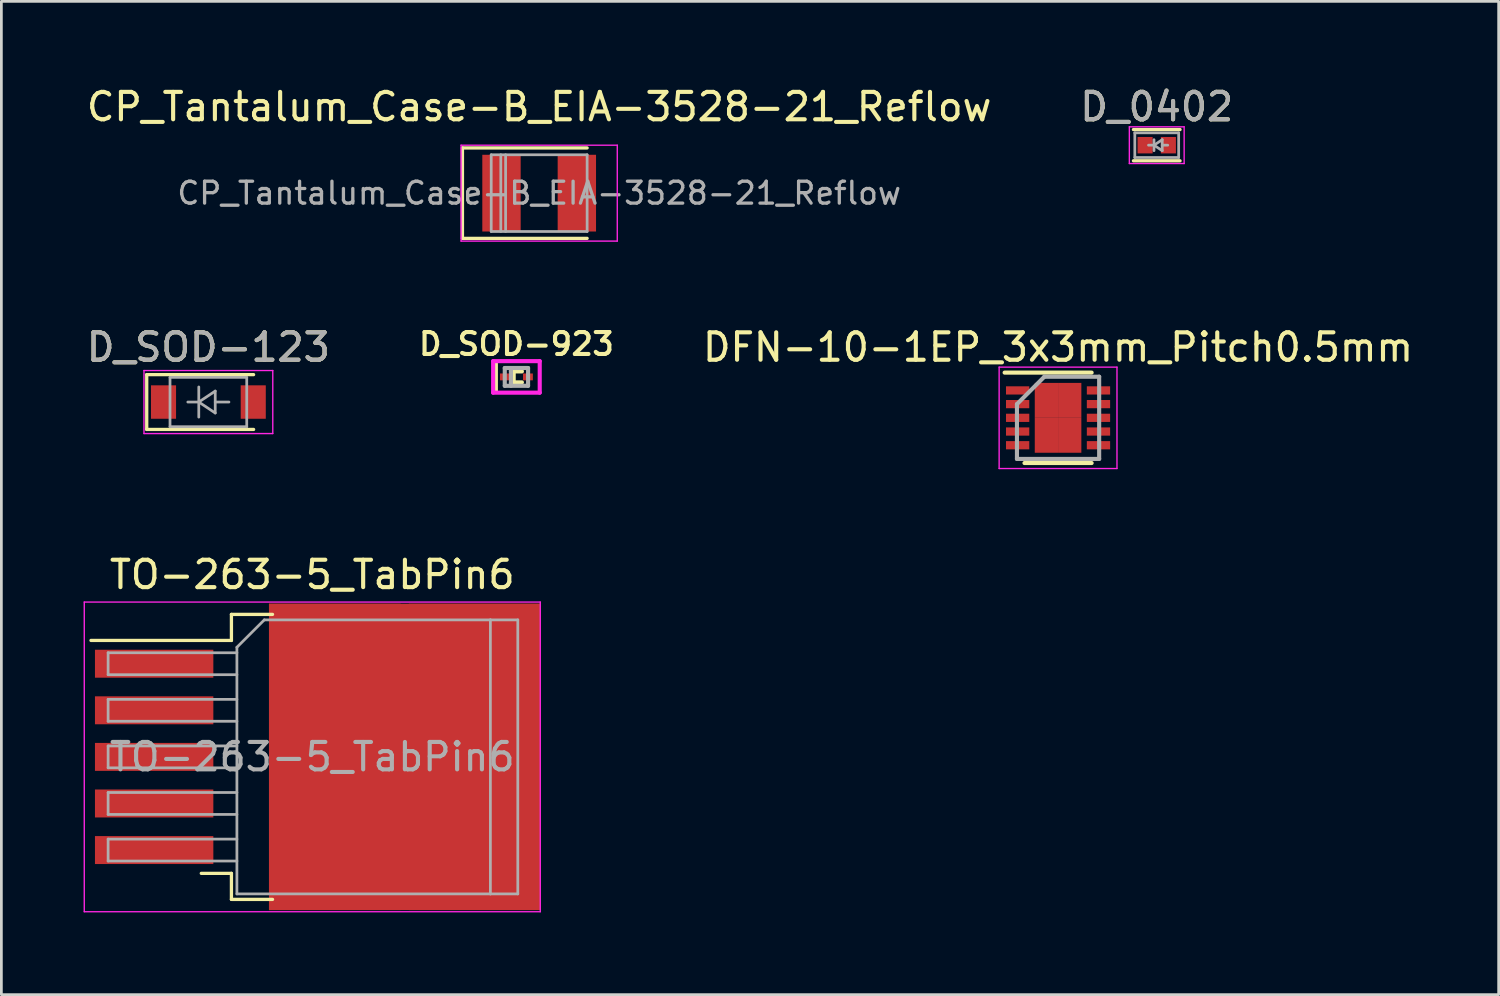
<source format=kicad_pcb>
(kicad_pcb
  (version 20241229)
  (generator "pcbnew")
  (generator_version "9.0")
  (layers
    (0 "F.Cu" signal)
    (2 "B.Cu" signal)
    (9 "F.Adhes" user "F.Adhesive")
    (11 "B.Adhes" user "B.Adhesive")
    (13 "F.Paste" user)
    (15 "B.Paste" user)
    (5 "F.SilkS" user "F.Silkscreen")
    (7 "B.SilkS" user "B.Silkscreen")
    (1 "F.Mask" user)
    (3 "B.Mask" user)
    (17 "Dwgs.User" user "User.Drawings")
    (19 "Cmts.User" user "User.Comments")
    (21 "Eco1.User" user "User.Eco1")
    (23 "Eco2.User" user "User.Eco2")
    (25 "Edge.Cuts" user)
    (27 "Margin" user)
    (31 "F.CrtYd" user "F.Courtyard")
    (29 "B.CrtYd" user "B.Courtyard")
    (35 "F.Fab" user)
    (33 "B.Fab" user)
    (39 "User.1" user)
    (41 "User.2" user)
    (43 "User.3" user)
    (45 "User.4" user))
  (footprint "TO-263-5_TabPin6"
    (layer "F.Cu")
    (at 8.345 24.57)
    (property "Reference" "TO-263-5_TabPin6" (at 0 -6.65 0) (layer "F.SilkS") (effects (font (size 1 1) (thickness 0.15))))
    (attr smd)
    (fp_line (start -2.95 -5.2) (end -2.95 -4.25) (stroke (width 0.12) (type solid)) (layer "F.SilkS"))
    (fp_line (start -2.95 -4.25) (end -8.075 -4.25) (stroke (width 0.12) (type solid)) (layer "F.SilkS"))
    (fp_line (start -2.95 4.25) (end -4.05 4.25) (stroke (width 0.12) (type solid)) (layer "F.SilkS"))
    (fp_line (start -2.95 5.2) (end -2.95 4.25) (stroke (width 0.12) (type solid)) (layer "F.SilkS"))
    (fp_line (start -1.45 -5.2) (end -2.95 -5.2) (stroke (width 0.12) (type solid)) (layer "F.SilkS"))
    (fp_line (start -1.45 5.2) (end -2.95 5.2) (stroke (width 0.12) (type solid)) (layer "F.SilkS"))
    (fp_line (start -8.32 -5.65) (end -8.32 5.65) (stroke (width 0.05) (type solid)) (layer "F.CrtYd"))
    (fp_line (start -8.32 5.65) (end 8.32 5.65) (stroke (width 0.05) (type solid)) (layer "F.CrtYd"))
    (fp_line (start 8.32 -5.65) (end -8.32 -5.65) (stroke (width 0.05) (type solid)) (layer "F.CrtYd"))
    (fp_line (start 8.32 5.65) (end 8.32 -5.65) (stroke (width 0.05) (type solid)) (layer "F.CrtYd"))
    (fp_line (start -7.45 -3.8) (end -7.45 -3) (stroke (width 0.1) (type solid)) (layer "F.Fab"))
    (fp_line (start -7.45 -3) (end -2.75 -3) (stroke (width 0.1) (type solid)) (layer "F.Fab"))
    (fp_line (start -7.45 -2.1) (end -7.45 -1.3) (stroke (width 0.1) (type solid)) (layer "F.Fab"))
    (fp_line (start -7.45 -1.3) (end -2.75 -1.3) (stroke (width 0.1) (type solid)) (layer "F.Fab"))
    (fp_line (start -7.45 -0.4) (end -7.45 0.4) (stroke (width 0.1) (type solid)) (layer "F.Fab"))
    (fp_line (start -7.45 0.4) (end -2.75 0.4) (stroke (width 0.1) (type solid)) (layer "F.Fab"))
    (fp_line (start -7.45 1.3) (end -7.45 2.1) (stroke (width 0.1) (type solid)) (layer "F.Fab"))
    (fp_line (start -7.45 2.1) (end -2.75 2.1) (stroke (width 0.1) (type solid)) (layer "F.Fab"))
    (fp_line (start -7.45 3) (end -7.45 3.8) (stroke (width 0.1) (type solid)) (layer "F.Fab"))
    (fp_line (start -7.45 3.8) (end -2.75 3.8) (stroke (width 0.1) (type solid)) (layer "F.Fab"))
    (fp_line (start -2.75 -4) (end -1.75 -5) (stroke (width 0.1) (type solid)) (layer "F.Fab"))
    (fp_line (start -2.75 -3.8) (end -7.45 -3.8) (stroke (width 0.1) (type solid)) (layer "F.Fab"))
    (fp_line (start -2.75 -2.1) (end -7.45 -2.1) (stroke (width 0.1) (type solid)) (layer "F.Fab"))
    (fp_line (start -2.75 -0.4) (end -7.45 -0.4) (stroke (width 0.1) (type solid)) (layer "F.Fab"))
    (fp_line (start -2.75 1.3) (end -7.45 1.3) (stroke (width 0.1) (type solid)) (layer "F.Fab"))
    (fp_line (start -2.75 3) (end -7.45 3) (stroke (width 0.1) (type solid)) (layer "F.Fab"))
    (fp_line (start -2.75 5) (end -2.75 -4) (stroke (width 0.1) (type solid)) (layer "F.Fab"))
    (fp_line (start -1.75 -5) (end 6.5 -5) (stroke (width 0.1) (type solid)) (layer "F.Fab"))
    (fp_line (start 6.5 -5) (end 6.5 5) (stroke (width 0.1) (type solid)) (layer "F.Fab"))
    (fp_line (start 6.5 -5) (end 7.5 -5) (stroke (width 0.1) (type solid)) (layer "F.Fab"))
    (fp_line (start 6.5 5) (end -2.75 5) (stroke (width 0.1) (type solid)) (layer "F.Fab"))
    (fp_line (start 7.5 -5) (end 7.5 5) (stroke (width 0.1) (type solid)) (layer "F.Fab"))
    (fp_line (start 7.5 5) (end 6.5 5) (stroke (width 0.1) (type solid)) (layer "F.Fab"))
    (fp_text user "${REFERENCE}" (at 0 0 0) (layer "F.Fab") (effects (font (size 1 1) (thickness 0.15))))
    (pad "1" smd rect (at -5.77 -3.4) (size 4.32 1.02) (layers "F.Cu" "F.Mask" "F.Paste"))
    (pad "2" smd rect (at -5.77 -1.7) (size 4.32 1.02) (layers "F.Cu" "F.Mask" "F.Paste"))
    (pad "3" smd rect (at -5.77 0) (size 4.32 1.02) (layers "F.Cu" "F.Mask" "F.Paste"))
    (pad "4" smd rect (at -5.77 1.7) (size 4.32 1.02) (layers "F.Cu" "F.Mask" "F.Paste"))
    (pad "5" smd rect (at -5.77 3.4) (size 4.32 1.02) (layers "F.Cu" "F.Mask" "F.Paste"))
    (pad "6" smd rect (at 0.823 -2.87) (size 4.805 5.44) (layers "F.Cu" "F.Paste"))
    (pad "6" smd rect (at 0.823 2.87) (size 4.805 5.44) (layers "F.Cu" "F.Paste"))
    (pad "6" smd rect (at 3.375 0) (size 9.91 11.18) (layers "F.Cu" "F.Mask"))
    (pad "6" smd rect (at 5.928 -2.87) (size 4.805 5.44) (layers "F.Cu" "F.Paste"))
    (pad "6" smd rect (at 5.928 2.87) (size 4.805 5.44) (layers "F.Cu" "F.Paste")))
  (footprint "CP_Tantalum_Case-B_EIA-3528-21_Reflow"
    (layer "F.Cu")
    (at 16.625 3.998)
    (property "Reference" "CP_Tantalum_Case-B_EIA-3528-21_Reflow" (at 0 -3.15 0) (layer "F.SilkS") (effects (font (size 1 1) (thickness 0.15))))
    (attr smd)
    (fp_line (start -2.8 -1.65) (end -2.8 1.65) (stroke (width 0.12) (type solid)) (layer "F.SilkS"))
    (fp_line (start -2.8 -1.65) (end 1.75 -1.65) (stroke (width 0.12) (type solid)) (layer "F.SilkS"))
    (fp_line (start -2.8 1.65) (end 1.75 1.65) (stroke (width 0.12) (type solid)) (layer "F.SilkS"))
    (fp_line (start -2.85 -1.75) (end -2.85 1.75) (stroke (width 0.05) (type solid)) (layer "F.CrtYd"))
    (fp_line (start -2.85 1.75) (end 2.85 1.75) (stroke (width 0.05) (type solid)) (layer "F.CrtYd"))
    (fp_line (start 2.85 -1.75) (end -2.85 -1.75) (stroke (width 0.05) (type solid)) (layer "F.CrtYd"))
    (fp_line (start 2.85 1.75) (end 2.85 -1.75) (stroke (width 0.05) (type solid)) (layer "F.CrtYd"))
    (fp_line (start -1.75 -1.4) (end -1.75 1.4) (stroke (width 0.1) (type solid)) (layer "F.Fab"))
    (fp_line (start -1.75 1.4) (end 1.75 1.4) (stroke (width 0.1) (type solid)) (layer "F.Fab"))
    (fp_line (start -1.4 -1.4) (end -1.4 1.4) (stroke (width 0.1) (type solid)) (layer "F.Fab"))
    (fp_line (start -1.225 -1.4) (end -1.225 1.4) (stroke (width 0.1) (type solid)) (layer "F.Fab"))
    (fp_line (start 1.75 -1.4) (end -1.75 -1.4) (stroke (width 0.1) (type solid)) (layer "F.Fab"))
    (fp_line (start 1.75 1.4) (end 1.75 -1.4) (stroke (width 0.1) (type solid)) (layer "F.Fab"))
    (fp_text user "${REFERENCE}" (at 0 0 0) (layer "F.Fab") (effects (font (size 0.8 0.8) (thickness 0.12))))
    (pad "1" smd rect (at -1.375 0) (size 1.4 2.8) (layers "F.Cu" "F.Mask" "F.Paste"))
    (pad "2" smd rect (at 1.375 0) (size 1.4 2.8) (layers "F.Cu" "F.Mask" "F.Paste")))
  (footprint "DFN-10-1EP_3x3mm_Pitch0.5mm"
    (layer "F.Cu")
    (at 35.56 12.197)
    (property "Reference" "DFN-10-1EP_3x3mm_Pitch0.5mm" (at 0 -2.575 0) (layer "F.SilkS") (effects (font (size 1 1) (thickness 0.15))))
    (attr smd)
    (fp_line (start -1.95 -1.65) (end 1.225 -1.65) (stroke (width 0.15) (type solid)) (layer "F.SilkS"))
    (fp_line (start -1.225 1.65) (end 1.225 1.65) (stroke (width 0.15) (type solid)) (layer "F.SilkS"))
    (fp_line (start -2.15 -1.85) (end -2.15 1.85) (stroke (width 0.05) (type solid)) (layer "F.CrtYd"))
    (fp_line (start -2.15 -1.85) (end 2.15 -1.85) (stroke (width 0.05) (type solid)) (layer "F.CrtYd"))
    (fp_line (start -2.15 1.85) (end 2.15 1.85) (stroke (width 0.05) (type solid)) (layer "F.CrtYd"))
    (fp_line (start 2.15 -1.85) (end 2.15 1.85) (stroke (width 0.05) (type solid)) (layer "F.CrtYd"))
    (fp_line (start -1.5 -0.5) (end -0.5 -1.5) (stroke (width 0.15) (type solid)) (layer "F.Fab"))
    (fp_line (start -1.5 1.5) (end -1.5 -0.5) (stroke (width 0.15) (type solid)) (layer "F.Fab"))
    (fp_line (start -0.5 -1.5) (end 1.5 -1.5) (stroke (width 0.15) (type solid)) (layer "F.Fab"))
    (fp_line (start 1.5 -1.5) (end 1.5 1.5) (stroke (width 0.15) (type solid)) (layer "F.Fab"))
    (fp_line (start 1.5 1.5) (end -1.5 1.5) (stroke (width 0.15) (type solid)) (layer "F.Fab"))
    (pad "1" smd rect (at -1.475 -1) (size 0.85 0.3) (layers "F.Cu" "F.Mask" "F.Paste"))
    (pad "2" smd rect (at -1.475 -0.5) (size 0.85 0.3) (layers "F.Cu" "F.Mask" "F.Paste"))
    (pad "3" smd rect (at -1.475 0) (size 0.85 0.3) (layers "F.Cu" "F.Mask" "F.Paste"))
    (pad "4" smd rect (at -1.475 0.5) (size 0.85 0.3) (layers "F.Cu" "F.Mask" "F.Paste"))
    (pad "5" smd rect (at -1.475 1) (size 0.85 0.3) (layers "F.Cu" "F.Mask" "F.Paste"))
    (pad "6" smd rect (at 1.475 1) (size 0.85 0.3) (layers "F.Cu" "F.Mask" "F.Paste"))
    (pad "7" smd rect (at 1.475 0.5) (size 0.85 0.3) (layers "F.Cu" "F.Mask" "F.Paste"))
    (pad "8" smd rect (at 1.475 0) (size 0.85 0.3) (layers "F.Cu" "F.Mask" "F.Paste"))
    (pad "9" smd rect (at 1.475 -0.5) (size 0.85 0.3) (layers "F.Cu" "F.Mask" "F.Paste"))
    (pad "10" smd rect (at 1.475 -1) (size 0.85 0.3) (layers "F.Cu" "F.Mask" "F.Paste"))
    (pad "11" smd rect (at -0.425 -0.637) (size 0.85 1.275) (layers "F.Cu" "F.Mask" "F.Paste"))
    (pad "11" smd rect (at -0.425 0.637) (size 0.85 1.275) (layers "F.Cu" "F.Mask" "F.Paste"))
    (pad "11" smd rect (at 0.425 -0.637) (size 0.85 1.275) (layers "F.Cu" "F.Mask" "F.Paste"))
    (pad "11" smd rect (at 0.425 0.637) (size 0.85 1.275) (layers "F.Cu" "F.Mask" "F.Paste")))
  (footprint "D_SOD-123"
    (layer "F.Cu")
    (at 4.554 11.621)
    (property "Reference" "D_SOD-123" (at 0 -2 0) (layer "F.SilkS") (effects (font (size 1 1) (thickness 0.15))))
    (attr smd)
    (fp_line (start -2.25 -1) (end -2.25 1) (stroke (width 0.12) (type solid)) (layer "F.SilkS"))
    (fp_line (start -2.25 -1) (end 1.65 -1) (stroke (width 0.12) (type solid)) (layer "F.SilkS"))
    (fp_line (start -2.25 1) (end 1.65 1) (stroke (width 0.12) (type solid)) (layer "F.SilkS"))
    (fp_line (start -2.35 -1.15) (end -2.35 1.15) (stroke (width 0.05) (type solid)) (layer "F.CrtYd"))
    (fp_line (start -2.35 -1.15) (end 2.35 -1.15) (stroke (width 0.05) (type solid)) (layer "F.CrtYd"))
    (fp_line (start 2.35 -1.15) (end 2.35 1.15) (stroke (width 0.05) (type solid)) (layer "F.CrtYd"))
    (fp_line (start 2.35 1.15) (end -2.35 1.15) (stroke (width 0.05) (type solid)) (layer "F.CrtYd"))
    (fp_line (start -1.4 -0.9) (end 1.4 -0.9) (stroke (width 0.1) (type solid)) (layer "F.Fab"))
    (fp_line (start -1.4 0.9) (end -1.4 -0.9) (stroke (width 0.1) (type solid)) (layer "F.Fab"))
    (fp_line (start -0.75 0) (end -0.35 0) (stroke (width 0.1) (type solid)) (layer "F.Fab"))
    (fp_line (start -0.35 0) (end -0.35 -0.55) (stroke (width 0.1) (type solid)) (layer "F.Fab"))
    (fp_line (start -0.35 0) (end -0.35 0.55) (stroke (width 0.1) (type solid)) (layer "F.Fab"))
    (fp_line (start -0.35 0) (end 0.25 -0.4) (stroke (width 0.1) (type solid)) (layer "F.Fab"))
    (fp_line (start 0.25 -0.4) (end 0.25 0.4) (stroke (width 0.1) (type solid)) (layer "F.Fab"))
    (fp_line (start 0.25 0) (end 0.75 0) (stroke (width 0.1) (type solid)) (layer "F.Fab"))
    (fp_line (start 0.25 0.4) (end -0.35 0) (stroke (width 0.1) (type solid)) (layer "F.Fab"))
    (fp_line (start 1.4 -0.9) (end 1.4 0.9) (stroke (width 0.1) (type solid)) (layer "F.Fab"))
    (fp_line (start 1.4 0.9) (end -1.4 0.9) (stroke (width 0.1) (type solid)) (layer "F.Fab"))
    (fp_text user "${REFERENCE}" (at 0 -2 0) (layer "F.Fab") (effects (font (size 1 1) (thickness 0.15))))
    (pad "1" smd rect (at -1.637 0) (size 0.915 1.22) (layers "F.Cu" "F.Mask" "F.Paste"))
    (pad "2" smd rect (at 1.637 0) (size 0.915 1.22) (layers "F.Cu" "F.Mask" "F.Paste")))
  (footprint "D_SOD-923"
    (layer "F.Cu")
    (at 15.795 10.704)
    (property "Reference" "D_SOD-923" (at 0 -1.2 0) (layer "F.SilkS") (effects (font (size 0.8 0.8) (thickness 0.15))))
    (attr smd)
    (fp_line (start -0.75 -0.5) (end -0.75 0.5) (stroke (width 0.15) (type solid)) (layer "F.SilkS"))
    (fp_line (start -0.2 -0.2) (end 0.2 -0.2) (stroke (width 0.15) (type solid)) (layer "F.SilkS"))
    (fp_line (start -0.1 -0.2) (end -0.1 0.2) (stroke (width 0.15) (type solid)) (layer "F.SilkS"))
    (fp_line (start 0.2 0.2) (end -0.2 0.2) (stroke (width 0.15) (type solid)) (layer "F.SilkS"))
    (fp_line (start -0.85 -0.575) (end 0.85 -0.575) (stroke (width 0.15) (type solid)) (layer "F.CrtYd"))
    (fp_line (start -0.85 0.575) (end -0.85 -0.575) (stroke (width 0.15) (type solid)) (layer "F.CrtYd"))
    (fp_line (start 0.85 -0.575) (end 0.85 0.575) (stroke (width 0.15) (type solid)) (layer "F.CrtYd"))
    (fp_line (start 0.85 0.575) (end -0.85 0.575) (stroke (width 0.15) (type solid)) (layer "F.CrtYd"))
    (fp_line (start -0.425 -0.325) (end 0.425 -0.325) (stroke (width 0.15) (type solid)) (layer "F.Fab"))
    (fp_line (start -0.425 0.325) (end -0.425 -0.325) (stroke (width 0.15) (type solid)) (layer "F.Fab"))
    (fp_line (start -0.2 -0.325) (end -0.2 0.325) (stroke (width 0.15) (type solid)) (layer "F.Fab"))
    (fp_line (start 0.425 -0.325) (end 0.425 0.325) (stroke (width 0.15) (type solid)) (layer "F.Fab"))
    (fp_line (start 0.425 0.325) (end -0.425 0.325) (stroke (width 0.15) (type solid)) (layer "F.Fab"))
    (pad "1" smd rect (at -0.42 0) (size 0.36 0.25) (layers "F.Cu" "F.Mask" "F.Paste"))
    (pad "2" smd rect (at 0.42 0) (size 0.36 0.25) (layers "F.Cu" "F.Mask" "F.Paste")))
  (footprint "D_0402"
    (layer "F.Cu")
    (at 39.161 2.248)
    (property "Reference" "D_0402" (at 0 -1.4 0) (layer "F.SilkS") (effects (font (size 1 1) (thickness 0.15))))
    (attr smd)
    (fp_line (start -0.85 -0.57) (end 0.85 -0.57) (stroke (width 0.12) (type solid)) (layer "F.SilkS"))
    (fp_line (start -0.85 0.57) (end 0.85 0.57) (stroke (width 0.12) (type solid)) (layer "F.SilkS"))
    (fp_line (start -1 -0.67) (end -1 0.67) (stroke (width 0.05) (type solid)) (layer "F.CrtYd"))
    (fp_line (start -1 0.67) (end 1 0.67) (stroke (width 0.05) (type solid)) (layer "F.CrtYd"))
    (fp_line (start 1 -0.67) (end -1 -0.67) (stroke (width 0.05) (type solid)) (layer "F.CrtYd"))
    (fp_line (start 1 0.67) (end 1 -0.67) (stroke (width 0.05) (type solid)) (layer "F.CrtYd"))
    (fp_line (start -0.8 -0.45) (end 0.8 -0.45) (stroke (width 0.1) (type solid)) (layer "F.Fab"))
    (fp_line (start -0.8 0.45) (end -0.8 -0.45) (stroke (width 0.1) (type solid)) (layer "F.Fab"))
    (fp_line (start -0.1 -0.2) (end -0.1 0.2) (stroke (width 0.1) (type solid)) (layer "F.Fab"))
    (fp_line (start -0.1 0) (end -0.3 0) (stroke (width 0.1) (type solid)) (layer "F.Fab"))
    (fp_line (start -0.1 0) (end 0.2 0.2) (stroke (width 0.1) (type solid)) (layer "F.Fab"))
    (fp_line (start 0.2 -0.2) (end -0.1 0) (stroke (width 0.1) (type solid)) (layer "F.Fab"))
    (fp_line (start 0.2 0) (end 0.4 0) (stroke (width 0.1) (type solid)) (layer "F.Fab"))
    (fp_line (start 0.2 0.2) (end 0.2 -0.2) (stroke (width 0.1) (type solid)) (layer "F.Fab"))
    (fp_line (start 0.8 -0.45) (end 0.8 0.45) (stroke (width 0.1) (type solid)) (layer "F.Fab"))
    (fp_line (start 0.8 0.45) (end -0.8 0.45) (stroke (width 0.1) (type solid)) (layer "F.Fab"))
    (fp_text user "${REFERENCE}" (at 0 -1.4 0) (layer "F.Fab") (effects (font (size 1 1) (thickness 0.15))))
    (pad "1" smd rect (at -0.425 0) (size 0.55 0.6) (layers "F.Cu" "F.Mask" "F.Paste"))
    (pad "2" smd rect (at 0.425 0) (size 0.55 0.6) (layers "F.Cu" "F.Mask" "F.Paste")))
  (gr_rect
    (start -3 -3)
    (end 51.638 33.245)
    (stroke (width 0.1) (type default))
    (fill no)
    (layer "Edge.Cuts")))
</source>
